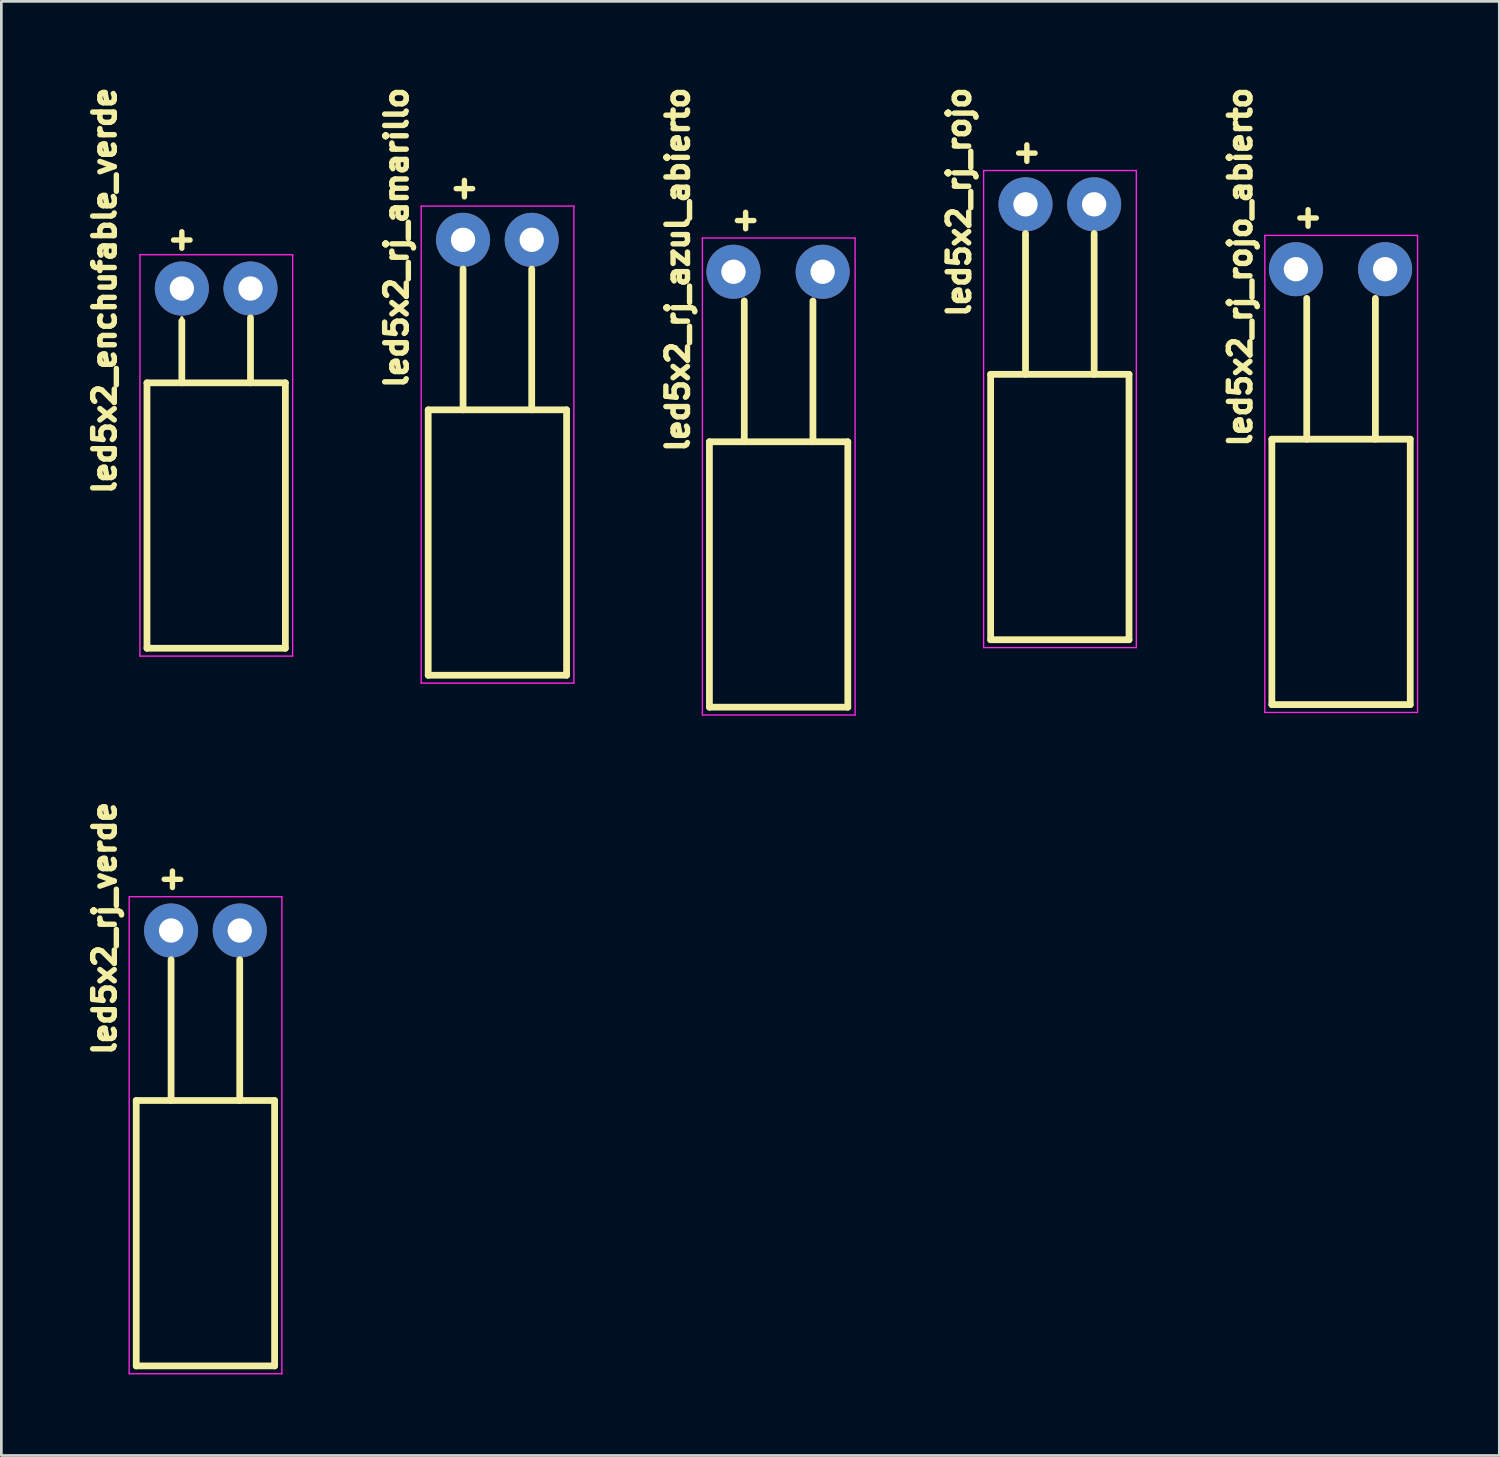
<source format=kicad_pcb>
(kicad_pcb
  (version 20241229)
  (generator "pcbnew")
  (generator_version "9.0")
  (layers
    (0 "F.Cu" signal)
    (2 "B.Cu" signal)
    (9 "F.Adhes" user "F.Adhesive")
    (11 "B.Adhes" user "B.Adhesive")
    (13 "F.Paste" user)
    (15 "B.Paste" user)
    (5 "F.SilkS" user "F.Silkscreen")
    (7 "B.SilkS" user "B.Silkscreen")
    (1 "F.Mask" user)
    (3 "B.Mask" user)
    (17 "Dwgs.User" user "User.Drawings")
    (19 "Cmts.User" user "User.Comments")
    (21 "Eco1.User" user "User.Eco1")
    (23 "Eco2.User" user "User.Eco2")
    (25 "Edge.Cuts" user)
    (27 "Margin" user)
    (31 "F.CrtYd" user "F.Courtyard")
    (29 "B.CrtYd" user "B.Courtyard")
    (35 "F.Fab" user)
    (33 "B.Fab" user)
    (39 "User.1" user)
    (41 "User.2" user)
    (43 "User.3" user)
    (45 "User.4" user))
  (footprint "led5x2_rj_azul_abierto"
    (layer "F.Cu")
    (at 24.488 7.005)
    (property "Reference" "led5x2_rj_azul_abierto" (at -2.461 -0.08 90) (layer "F.SilkS") (effects (font (size 0.8 0.8) (thickness 0.2))))
    (attr through_hole)
    (fp_line (start -1.29 6.29) (end -1.29 16.11) (stroke (width 0.25) (type solid)) (layer "F.SilkS"))
    (fp_line (start -1.29 16.11) (end 3.83 16.11) (stroke (width 0.25) (type solid)) (layer "F.SilkS"))
    (fp_line (start 0 1.08) (end 0 1.08) (stroke (width 0.12) (type solid)) (layer "F.SilkS"))
    (fp_line (start 0 1.08) (end 0 6.29) (stroke (width 0.25) (type solid)) (layer "F.SilkS"))
    (fp_line (start 0 6.29) (end 0 6.29) (stroke (width 0.12) (type solid)) (layer "F.SilkS"))
    (fp_line (start 2.54 1.08) (end 2.54 1.08) (stroke (width 0.12) (type solid)) (layer "F.SilkS"))
    (fp_line (start 2.54 1.08) (end 2.54 6.29) (stroke (width 0.25) (type solid)) (layer "F.SilkS"))
    (fp_line (start 2.54 6.29) (end 2.54 6.29) (stroke (width 0.12) (type solid)) (layer "F.SilkS"))
    (fp_line (start 3.83 6.29) (end -1.29 6.29) (stroke (width 0.25) (type solid)) (layer "F.SilkS"))
    (fp_line (start 3.83 16.11) (end 3.83 6.29) (stroke (width 0.25) (type solid)) (layer "F.SilkS"))
    (fp_line (start -1.55 -1.25) (end -1.55 16.4) (stroke (width 0.05) (type solid)) (layer "F.CrtYd"))
    (fp_line (start -1.55 16.4) (end 4.1 16.4) (stroke (width 0.05) (type solid)) (layer "F.CrtYd"))
    (fp_line (start 4.1 -1.25) (end -1.55 -1.25) (stroke (width 0.05) (type solid)) (layer "F.CrtYd"))
    (fp_line (start 4.1 16.4) (end 4.1 -1.25) (stroke (width 0.05) (type solid)) (layer "F.CrtYd"))
    (fp_line (start 0 0) (end 0 0) (stroke (width 0.1) (type solid)) (layer "F.Fab"))
    (fp_line (start 2.54 0) (end 2.54 0) (stroke (width 0.1) (type solid)) (layer "F.Fab"))
    (fp_text user "+" (at 0.05 -1.95 0) (layer "F.SilkS") (effects (font (size 0.8 0.8) (thickness 0.2))))
    (pad "1" thru_hole circle (at -0.4 0) (size 2 2) (drill 0.9) (layers "*.Cu" "*.Mask"))
    (pad "2" thru_hole circle (at 2.9 0) (size 2 2) (drill 0.9) (layers "*.Cu" "*.Mask")))
  (footprint "led5x2_rj_rojo"
    (layer "F.Cu")
    (at 34.893 4.51)
    (property "Reference" "led5x2_rj_rojo" (at -2.461 -0.08 90) (layer "F.SilkS") (effects (font (size 0.8 0.8) (thickness 0.2))))
    (attr through_hole)
    (fp_line (start -1.29 6.29) (end -1.29 16.11) (stroke (width 0.25) (type solid)) (layer "F.SilkS"))
    (fp_line (start -1.29 16.11) (end 3.83 16.11) (stroke (width 0.25) (type solid)) (layer "F.SilkS"))
    (fp_line (start 0 1.08) (end 0 1.08) (stroke (width 0.12) (type solid)) (layer "F.SilkS"))
    (fp_line (start 0 1.08) (end 0 6.29) (stroke (width 0.25) (type solid)) (layer "F.SilkS"))
    (fp_line (start 0 6.29) (end 0 6.29) (stroke (width 0.12) (type solid)) (layer "F.SilkS"))
    (fp_line (start 2.54 1.08) (end 2.54 1.08) (stroke (width 0.12) (type solid)) (layer "F.SilkS"))
    (fp_line (start 2.54 1.08) (end 2.54 6.29) (stroke (width 0.25) (type solid)) (layer "F.SilkS"))
    (fp_line (start 2.54 6.29) (end 2.54 6.29) (stroke (width 0.12) (type solid)) (layer "F.SilkS"))
    (fp_line (start 3.83 6.29) (end -1.29 6.29) (stroke (width 0.25) (type solid)) (layer "F.SilkS"))
    (fp_line (start 3.83 16.11) (end 3.83 6.29) (stroke (width 0.25) (type solid)) (layer "F.SilkS"))
    (fp_line (start -1.55 -1.25) (end -1.55 16.4) (stroke (width 0.05) (type solid)) (layer "F.CrtYd"))
    (fp_line (start -1.55 16.4) (end 4.1 16.4) (stroke (width 0.05) (type solid)) (layer "F.CrtYd"))
    (fp_line (start 4.1 -1.25) (end -1.55 -1.25) (stroke (width 0.05) (type solid)) (layer "F.CrtYd"))
    (fp_line (start 4.1 16.4) (end 4.1 -1.25) (stroke (width 0.05) (type solid)) (layer "F.CrtYd"))
    (fp_line (start 0 0) (end 0 0) (stroke (width 0.1) (type solid)) (layer "F.Fab"))
    (fp_line (start 2.54 0) (end 2.54 0) (stroke (width 0.1) (type solid)) (layer "F.Fab"))
    (fp_text user "+" (at 0.05 -1.95 0) (layer "F.SilkS") (effects (font (size 0.8 0.8) (thickness 0.2))))
    (pad "1" thru_hole circle (at 0 0) (size 2 2) (drill 0.9) (layers "*.Cu" "*.Mask"))
    (pad "2" thru_hole circle (at 2.54 0) (size 2 2) (drill 0.9) (layers "*.Cu" "*.Mask")))
  (footprint "led5x2_rj_amarillo"
    (layer "F.Cu")
    (at 14.083 5.824)
    (property "Reference" "led5x2_rj_amarillo" (at -2.461 -0.08 90) (layer "F.SilkS") (effects (font (size 0.8 0.8) (thickness 0.2))))
    (attr through_hole)
    (fp_line (start -1.29 6.29) (end -1.29 16.11) (stroke (width 0.25) (type solid)) (layer "F.SilkS"))
    (fp_line (start -1.29 16.11) (end 3.83 16.11) (stroke (width 0.25) (type solid)) (layer "F.SilkS"))
    (fp_line (start 0 1.08) (end 0 1.08) (stroke (width 0.12) (type solid)) (layer "F.SilkS"))
    (fp_line (start 0 1.08) (end 0 6.29) (stroke (width 0.25) (type solid)) (layer "F.SilkS"))
    (fp_line (start 0 6.29) (end 0 6.29) (stroke (width 0.12) (type solid)) (layer "F.SilkS"))
    (fp_line (start 2.54 1.08) (end 2.54 1.08) (stroke (width 0.12) (type solid)) (layer "F.SilkS"))
    (fp_line (start 2.54 1.08) (end 2.54 6.29) (stroke (width 0.25) (type solid)) (layer "F.SilkS"))
    (fp_line (start 2.54 6.29) (end 2.54 6.29) (stroke (width 0.12) (type solid)) (layer "F.SilkS"))
    (fp_line (start 3.83 6.29) (end -1.29 6.29) (stroke (width 0.25) (type solid)) (layer "F.SilkS"))
    (fp_line (start 3.83 16.11) (end 3.83 6.29) (stroke (width 0.25) (type solid)) (layer "F.SilkS"))
    (fp_line (start -1.55 -1.25) (end -1.55 16.4) (stroke (width 0.05) (type solid)) (layer "F.CrtYd"))
    (fp_line (start -1.55 16.4) (end 4.1 16.4) (stroke (width 0.05) (type solid)) (layer "F.CrtYd"))
    (fp_line (start 4.1 -1.25) (end -1.55 -1.25) (stroke (width 0.05) (type solid)) (layer "F.CrtYd"))
    (fp_line (start 4.1 16.4) (end 4.1 -1.25) (stroke (width 0.05) (type solid)) (layer "F.CrtYd"))
    (fp_line (start 0 0) (end 0 0) (stroke (width 0.1) (type solid)) (layer "F.Fab"))
    (fp_line (start 2.54 0) (end 2.54 0) (stroke (width 0.1) (type solid)) (layer "F.Fab"))
    (fp_text user "+" (at 0.05 -1.95 0) (layer "F.SilkS") (effects (font (size 0.8 0.8) (thickness 0.2))))
    (pad "1" thru_hole circle (at 0 0) (size 2 2) (drill 0.9) (layers "*.Cu" "*.Mask"))
    (pad "2" thru_hole circle (at 2.54 0) (size 2 2) (drill 0.9) (layers "*.Cu" "*.Mask")))
  (footprint "led5x2_rj_verde"
    (layer "F.Cu")
    (at 3.28 31.378)
    (property "Reference" "led5x2_rj_verde" (at -2.461 -0.08 90) (layer "F.SilkS") (effects (font (size 0.8 0.8) (thickness 0.2))))
    (attr through_hole)
    (fp_line (start -1.29 6.29) (end -1.29 16.11) (stroke (width 0.25) (type solid)) (layer "F.SilkS"))
    (fp_line (start -1.29 16.11) (end 3.83 16.11) (stroke (width 0.25) (type solid)) (layer "F.SilkS"))
    (fp_line (start 0 1.08) (end 0 1.08) (stroke (width 0.12) (type solid)) (layer "F.SilkS"))
    (fp_line (start 0 1.08) (end 0 6.29) (stroke (width 0.25) (type solid)) (layer "F.SilkS"))
    (fp_line (start 0 6.29) (end 0 6.29) (stroke (width 0.12) (type solid)) (layer "F.SilkS"))
    (fp_line (start 2.54 1.08) (end 2.54 1.08) (stroke (width 0.12) (type solid)) (layer "F.SilkS"))
    (fp_line (start 2.54 1.08) (end 2.54 6.29) (stroke (width 0.25) (type solid)) (layer "F.SilkS"))
    (fp_line (start 2.54 6.29) (end 2.54 6.29) (stroke (width 0.12) (type solid)) (layer "F.SilkS"))
    (fp_line (start 3.83 6.29) (end -1.29 6.29) (stroke (width 0.25) (type solid)) (layer "F.SilkS"))
    (fp_line (start 3.83 16.11) (end 3.83 6.29) (stroke (width 0.25) (type solid)) (layer "F.SilkS"))
    (fp_line (start -1.55 -1.25) (end -1.55 16.4) (stroke (width 0.05) (type solid)) (layer "F.CrtYd"))
    (fp_line (start -1.55 16.4) (end 4.1 16.4) (stroke (width 0.05) (type solid)) (layer "F.CrtYd"))
    (fp_line (start 4.1 -1.25) (end -1.55 -1.25) (stroke (width 0.05) (type solid)) (layer "F.CrtYd"))
    (fp_line (start 4.1 16.4) (end 4.1 -1.25) (stroke (width 0.05) (type solid)) (layer "F.CrtYd"))
    (fp_line (start 0 0) (end 0 0) (stroke (width 0.1) (type solid)) (layer "F.Fab"))
    (fp_line (start 2.54 0) (end 2.54 0) (stroke (width 0.1) (type solid)) (layer "F.Fab"))
    (fp_text user "+" (at 0.05 -1.95 0) (layer "F.SilkS") (effects (font (size 0.8 0.8) (thickness 0.2))))
    (pad "1" thru_hole circle (at 0 0) (size 2 2) (drill 0.9) (layers "*.Cu" "*.Mask"))
    (pad "2" thru_hole circle (at 2.54 0) (size 2 2) (drill 0.9) (layers "*.Cu" "*.Mask")))
  (footprint "led5x2_rj_rojo_abierto"
    (layer "F.Cu")
    (at 45.298 6.91)
    (property "Reference" "led5x2_rj_rojo_abierto" (at -2.461 -0.08 90) (layer "F.SilkS") (effects (font (size 0.8 0.8) (thickness 0.2))))
    (attr through_hole)
    (fp_line (start -1.29 6.29) (end -1.29 16.11) (stroke (width 0.25) (type solid)) (layer "F.SilkS"))
    (fp_line (start -1.29 16.11) (end 3.83 16.11) (stroke (width 0.25) (type solid)) (layer "F.SilkS"))
    (fp_line (start 0 1.08) (end 0 1.08) (stroke (width 0.12) (type solid)) (layer "F.SilkS"))
    (fp_line (start 0 1.08) (end 0 6.29) (stroke (width 0.25) (type solid)) (layer "F.SilkS"))
    (fp_line (start 0 6.29) (end 0 6.29) (stroke (width 0.12) (type solid)) (layer "F.SilkS"))
    (fp_line (start 2.54 1.08) (end 2.54 1.08) (stroke (width 0.12) (type solid)) (layer "F.SilkS"))
    (fp_line (start 2.54 1.08) (end 2.54 6.29) (stroke (width 0.25) (type solid)) (layer "F.SilkS"))
    (fp_line (start 2.54 6.29) (end 2.54 6.29) (stroke (width 0.12) (type solid)) (layer "F.SilkS"))
    (fp_line (start 3.83 6.29) (end -1.29 6.29) (stroke (width 0.25) (type solid)) (layer "F.SilkS"))
    (fp_line (start 3.83 16.11) (end 3.83 6.29) (stroke (width 0.25) (type solid)) (layer "F.SilkS"))
    (fp_line (start -1.55 -1.25) (end -1.55 16.4) (stroke (width 0.05) (type solid)) (layer "F.CrtYd"))
    (fp_line (start -1.55 16.4) (end 4.1 16.4) (stroke (width 0.05) (type solid)) (layer "F.CrtYd"))
    (fp_line (start 4.1 -1.25) (end -1.55 -1.25) (stroke (width 0.05) (type solid)) (layer "F.CrtYd"))
    (fp_line (start 4.1 16.4) (end 4.1 -1.25) (stroke (width 0.05) (type solid)) (layer "F.CrtYd"))
    (fp_line (start 0 0) (end 0 0) (stroke (width 0.1) (type solid)) (layer "F.Fab"))
    (fp_line (start 2.54 0) (end 2.54 0) (stroke (width 0.1) (type solid)) (layer "F.Fab"))
    (fp_text user "+" (at 0.05 -1.95 0) (layer "F.SilkS") (effects (font (size 0.8 0.8) (thickness 0.2))))
    (pad "1" thru_hole circle (at -0.4 0) (size 2 2) (drill 0.9) (layers "*.Cu" "*.Mask"))
    (pad "2" thru_hole circle (at 2.9 0) (size 2 2) (drill 0.9) (layers "*.Cu" "*.Mask")))
  (footprint "led5x2_enchufable_verde"
    (layer "F.Cu")
    (at 3.678 7.625)
    (property "Reference" "led5x2_enchufable_verde" (at -2.859 0.08 90) (layer "F.SilkS") (effects (font (size 0.8 0.8) (thickness 0.2))))
    (attr through_hole)
    (fp_line (start -1.29 3.49) (end -1.29 13.31) (stroke (width 0.25) (type solid)) (layer "F.SilkS"))
    (fp_line (start -1.29 13.31) (end 3.83 13.31) (stroke (width 0.25) (type solid)) (layer "F.SilkS"))
    (fp_line (start 0 1.08) (end 0 1.08) (stroke (width 0.12) (type solid)) (layer "F.SilkS"))
    (fp_line (start 0 3.49) (end 0 1.206) (stroke (width 0.25) (type solid)) (layer "F.SilkS"))
    (fp_line (start 0 3.49) (end 0 3.49) (stroke (width 0.12) (type solid)) (layer "F.SilkS"))
    (fp_line (start 2.54 1.08) (end 2.54 1.08) (stroke (width 0.12) (type solid)) (layer "F.SilkS"))
    (fp_line (start 2.54 3.49) (end 2.54 1.086) (stroke (width 0.25) (type solid)) (layer "F.SilkS"))
    (fp_line (start 2.54 3.49) (end 2.54 3.49) (stroke (width 0.12) (type solid)) (layer "F.SilkS"))
    (fp_line (start 3.83 3.49) (end -1.29 3.49) (stroke (width 0.25) (type solid)) (layer "F.SilkS"))
    (fp_line (start 3.83 13.31) (end 3.83 3.49) (stroke (width 0.25) (type solid)) (layer "F.SilkS"))
    (fp_line (start -1.55 -1.26) (end -1.55 13.6) (stroke (width 0.05) (type solid)) (layer "F.CrtYd"))
    (fp_line (start -1.55 13.6) (end 4.1 13.6) (stroke (width 0.05) (type solid)) (layer "F.CrtYd"))
    (fp_line (start 4.1 -1.25) (end -1.55 -1.25) (stroke (width 0.05) (type solid)) (layer "F.CrtYd"))
    (fp_line (start 4.1 13.6) (end 4.1 -1.25) (stroke (width 0.05) (type solid)) (layer "F.CrtYd"))
    (fp_line (start 0 0) (end 0 0) (stroke (width 0.1) (type solid)) (layer "F.Fab"))
    (fp_line (start 2.54 0) (end 2.54 0) (stroke (width 0.1) (type solid)) (layer "F.Fab"))
    (fp_text user "+" (at 0 -1.85 0) (layer "F.SilkS") (effects (font (size 0.8 0.8) (thickness 0.2))))
    (pad "1" thru_hole circle (at 0 0) (size 2 2) (drill 0.9) (layers "*.Cu" "*.Mask"))
    (pad "2" thru_hole circle (at 2.54 0) (size 2 2) (drill 0.9) (layers "*.Cu" "*.Mask")))
  (gr_rect
    (start -3 -3)
    (end 52.423 50.803)
    (stroke (width 0.1) (type default))
    (fill no)
    (layer "Edge.Cuts")))
</source>
